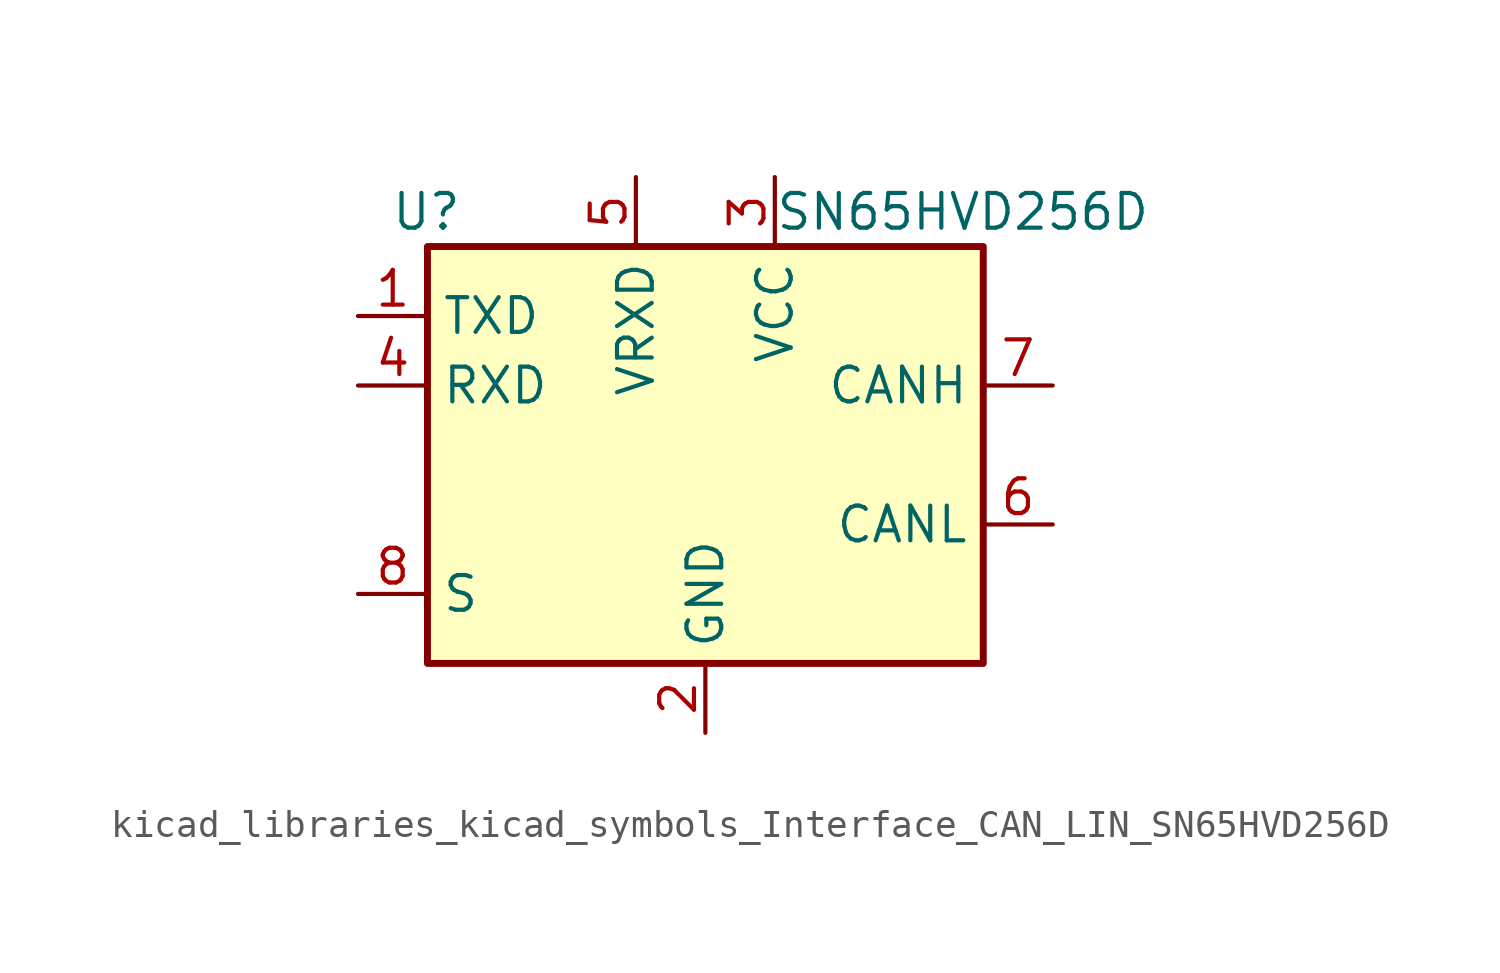
<source format=kicad_sym>
(kicad_symbol_lib
  (version 20220914)
  (generator kicad_symbol_editor)
  (symbol "kicad_libraries_kicad_symbols_Interface_CAN_LIN_SN65HVD256D"
    (property "Reference" "U"
      (at -8.89 8.89 0)
      (effects (font (size 1.27 1.27)) (justify right)))
    (property "Value" "SN65HVD256D"
      (at 2.54 8.89 0)
      (effects (font (size 1.27 1.27)) (justify left)))
    (symbol "kicad_libraries_kicad_symbols_Interface_CAN_LIN_SN65HVD256D_0_1"
      (rectangle (start -10.16 7.62) (end 10.16 -7.62) (stroke (width 0.254) (type default)) (fill (type background))))
    (symbol "kicad_libraries_kicad_symbols_Interface_CAN_LIN_SN65HVD256D_1_1"
      (pin input line (at -12.7 5.08 0) (length 2.54) (name "TXD" (effects (font (size 1.27 1.27)))) (number "1" (effects (font (size 1.27 1.27)))))
      (pin power_in line (at 0 -10.16 90) (length 2.54) (name "GND" (effects (font (size 1.27 1.27)))) (number "2" (effects (font (size 1.27 1.27)))))
      (pin power_in line (at 2.54 10.16 270) (length 2.54) (name "VCC" (effects (font (size 1.27 1.27)))) (number "3" (effects (font (size 1.27 1.27)))))
      (pin output line (at -12.7 2.54 0) (length 2.54) (name "RXD" (effects (font (size 1.27 1.27)))) (number "4" (effects (font (size 1.27 1.27)))))
      (pin power_in line (at -2.54 10.16 270) (length 2.54) (name "VRXD" (effects (font (size 1.27 1.27)))) (number "5" (effects (font (size 1.27 1.27)))))
      (pin bidirectional line (at 12.7 -2.54 180) (length 2.54) (name "CANL" (effects (font (size 1.27 1.27)))) (number "6" (effects (font (size 1.27 1.27)))))
      (pin bidirectional line (at 12.7 2.54 180) (length 2.54) (name "CANH" (effects (font (size 1.27 1.27)))) (number "7" (effects (font (size 1.27 1.27)))))
      (pin input line (at -12.7 -5.08 0) (length 2.54) (name "S" (effects (font (size 1.27 1.27)))) (number "8" (effects (font (size 1.27 1.27))))))))
</source>
